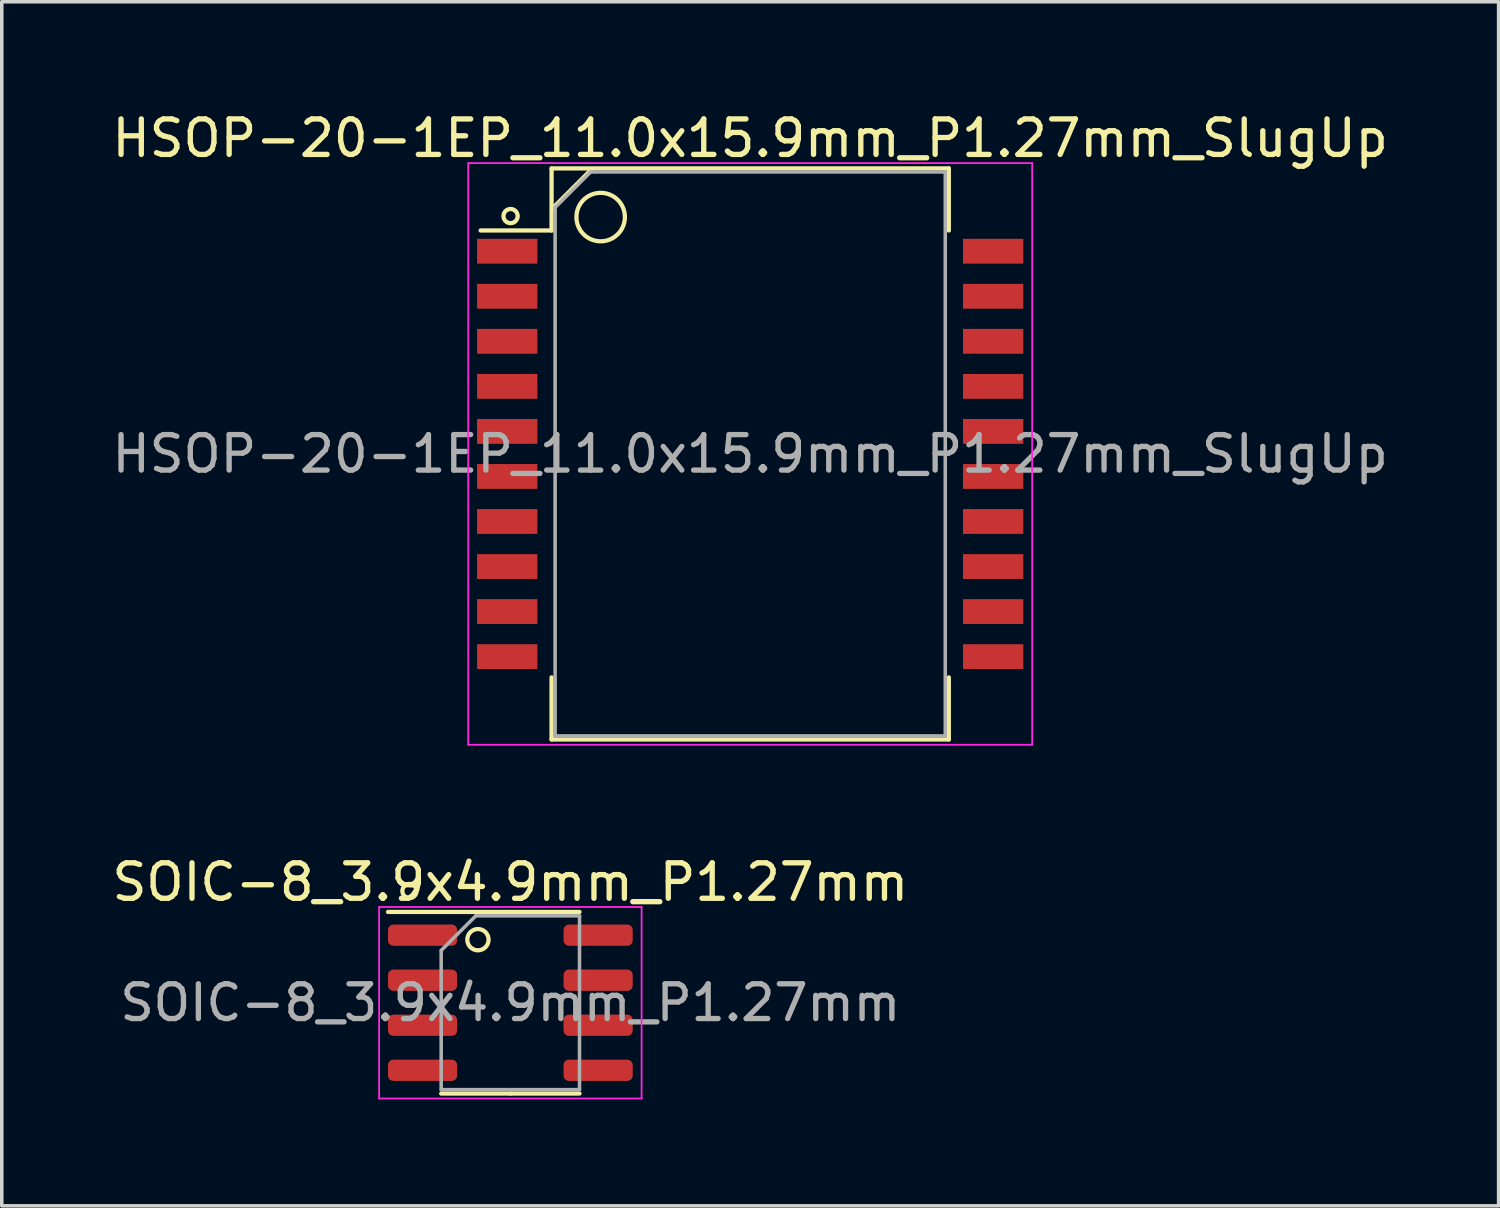
<source format=kicad_pcb>
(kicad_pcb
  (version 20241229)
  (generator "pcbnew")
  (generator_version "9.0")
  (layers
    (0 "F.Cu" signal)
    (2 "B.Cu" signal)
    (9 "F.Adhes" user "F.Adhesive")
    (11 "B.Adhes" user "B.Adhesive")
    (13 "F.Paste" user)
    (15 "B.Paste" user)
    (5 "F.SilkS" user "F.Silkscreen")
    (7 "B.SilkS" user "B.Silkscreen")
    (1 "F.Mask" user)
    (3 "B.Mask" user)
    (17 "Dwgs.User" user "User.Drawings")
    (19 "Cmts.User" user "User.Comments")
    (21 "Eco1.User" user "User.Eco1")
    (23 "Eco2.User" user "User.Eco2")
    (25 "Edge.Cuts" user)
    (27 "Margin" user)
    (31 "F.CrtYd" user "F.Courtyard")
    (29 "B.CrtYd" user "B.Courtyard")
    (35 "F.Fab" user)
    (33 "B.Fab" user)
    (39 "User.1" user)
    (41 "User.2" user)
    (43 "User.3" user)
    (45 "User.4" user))
  (footprint "HSOP-20-1EP_11.0x15.9mm_P1.27mm_SlugUp"
    (layer "F.Cu")
    (at 18.101 9.748)
    (property "Reference" "HSOP-20-1EP_11.0x15.9mm_P1.27mm_SlugUp" (at 0 -8.9 0) (layer "F.SilkS") (effects (font (size 1 1) (thickness 0.15))))
    (attr smd)
    (fp_line (start -5.6 -8.05) (end -5.6 -6.3) (stroke (width 0.12) (type solid)) (layer "F.SilkS"))
    (fp_line (start -5.6 -6.3) (end -7.6 -6.3) (stroke (width 0.12) (type solid)) (layer "F.SilkS"))
    (fp_line (start -5.6 8.05) (end -5.6 6.3) (stroke (width 0.12) (type solid)) (layer "F.SilkS"))
    (fp_line (start -5.588 -6.909) (end -4.47 -8.026) (stroke (width 0.12) (type solid)) (layer "F.SilkS"))
    (fp_line (start 5.6 -8.05) (end -5.6 -8.05) (stroke (width 0.12) (type solid)) (layer "F.SilkS"))
    (fp_line (start 5.6 -8.05) (end 5.6 -6.3) (stroke (width 0.12) (type solid)) (layer "F.SilkS"))
    (fp_line (start 5.6 8.05) (end -5.6 8.05) (stroke (width 0.12) (type solid)) (layer "F.SilkS"))
    (fp_line (start 5.6 8.05) (end 5.6 6.3) (stroke (width 0.12) (type solid)) (layer "F.SilkS"))
    (fp_circle (center -6.756 -6.706) (end -6.556 -6.706) (stroke (width 0.12) (type solid)) (fill no) (layer "F.SilkS"))
    (fp_circle (center -4.216 -6.678) (end -3.759 -6.17) (stroke (width 0.12) (type solid)) (fill no) (layer "F.SilkS"))
    (fp_line (start -7.95 -8.2) (end -7.95 8.2) (stroke (width 0.05) (type solid)) (layer "F.CrtYd"))
    (fp_line (start -7.95 -8.2) (end 7.95 -8.2) (stroke (width 0.05) (type solid)) (layer "F.CrtYd"))
    (fp_line (start 7.95 8.2) (end -7.95 8.2) (stroke (width 0.05) (type solid)) (layer "F.CrtYd"))
    (fp_line (start 7.95 8.2) (end 7.95 -8.2) (stroke (width 0.05) (type solid)) (layer "F.CrtYd"))
    (fp_line (start -5.5 -6.95) (end -5.5 7.95) (stroke (width 0.1) (type solid)) (layer "F.Fab"))
    (fp_line (start -5.5 7.95) (end 5.5 7.95) (stroke (width 0.1) (type solid)) (layer "F.Fab"))
    (fp_line (start -4.5 -7.95) (end -5.5 -6.95) (stroke (width 0.1) (type solid)) (layer "F.Fab"))
    (fp_line (start 5.5 -7.95) (end -4.5 -7.95) (stroke (width 0.1) (type solid)) (layer "F.Fab"))
    (fp_line (start 5.5 7.95) (end 5.5 -7.95) (stroke (width 0.1) (type solid)) (layer "F.Fab"))
    (fp_text user "${REFERENCE}" (at 0 0 0) (layer "F.Fab") (effects (font (size 1 1) (thickness 0.15))))
    (pad "1" smd rect (at -6.85 -5.715) (size 1.7 0.7) (layers "F.Cu" "F.Mask" "F.Paste"))
    (pad "2" smd rect (at -6.85 -4.445) (size 1.7 0.7) (layers "F.Cu" "F.Mask" "F.Paste"))
    (pad "3" smd rect (at -6.85 -3.175) (size 1.7 0.7) (layers "F.Cu" "F.Mask" "F.Paste"))
    (pad "4" smd rect (at -6.85 -1.905) (size 1.7 0.7) (layers "F.Cu" "F.Mask" "F.Paste"))
    (pad "5" smd rect (at -6.85 -0.635) (size 1.7 0.7) (layers "F.Cu" "F.Mask" "F.Paste"))
    (pad "6" smd rect (at -6.85 0.635) (size 1.7 0.7) (layers "F.Cu" "F.Mask" "F.Paste"))
    (pad "7" smd rect (at -6.85 1.905) (size 1.7 0.7) (layers "F.Cu" "F.Mask" "F.Paste"))
    (pad "8" smd rect (at -6.85 3.175) (size 1.7 0.7) (layers "F.Cu" "F.Mask" "F.Paste"))
    (pad "9" smd rect (at -6.85 4.445) (size 1.7 0.7) (layers "F.Cu" "F.Mask" "F.Paste"))
    (pad "10" smd rect (at -6.85 5.715) (size 1.7 0.7) (layers "F.Cu" "F.Mask" "F.Paste"))
    (pad "11" smd rect (at 6.85 5.715) (size 1.7 0.7) (layers "F.Cu" "F.Mask" "F.Paste"))
    (pad "12" smd rect (at 6.85 4.445) (size 1.7 0.7) (layers "F.Cu" "F.Mask" "F.Paste"))
    (pad "13" smd rect (at 6.85 3.175) (size 1.7 0.7) (layers "F.Cu" "F.Mask" "F.Paste"))
    (pad "14" smd rect (at 6.85 1.905) (size 1.7 0.7) (layers "F.Cu" "F.Mask" "F.Paste"))
    (pad "15" smd rect (at 6.85 0.635) (size 1.7 0.7) (layers "F.Cu" "F.Mask" "F.Paste"))
    (pad "16" smd rect (at 6.85 -0.635) (size 1.7 0.7) (layers "F.Cu" "F.Mask" "F.Paste"))
    (pad "17" smd rect (at 6.85 -1.905) (size 1.7 0.7) (layers "F.Cu" "F.Mask" "F.Paste"))
    (pad "18" smd rect (at 6.85 -3.175) (size 1.7 0.7) (layers "F.Cu" "F.Mask" "F.Paste"))
    (pad "19" smd rect (at 6.85 -4.445) (size 1.7 0.7) (layers "F.Cu" "F.Mask" "F.Paste"))
    (pad "20" smd rect (at 6.85 -5.715) (size 1.7 0.7) (layers "F.Cu" "F.Mask" "F.Paste")))
  (footprint "SOIC-8_3.9x4.9mm_P1.27mm"
    (layer "F.Cu")
    (at 11.339 25.221)
    (property "Reference" "SOIC-8_3.9x4.9mm_P1.27mm" (at 0 -3.4 0) (layer "F.SilkS") (effects (font (size 1 1) (thickness 0.15))))
    (attr smd)
    (fp_line (start 0 -2.56) (end -3.45 -2.56) (stroke (width 0.12) (type solid)) (layer "F.SilkS"))
    (fp_line (start 0 -2.56) (end 1.95 -2.56) (stroke (width 0.12) (type solid)) (layer "F.SilkS"))
    (fp_line (start 0 2.56) (end -1.95 2.56) (stroke (width 0.12) (type solid)) (layer "F.SilkS"))
    (fp_line (start 0 2.56) (end 1.95 2.56) (stroke (width 0.12) (type solid)) (layer "F.SilkS"))
    (fp_circle (center -2.845 -3.15) (end -2.645 -3.15) (stroke (width 0.12) (type solid)) (fill no) (layer "F.SilkS"))
    (fp_circle (center -0.914 -1.778) (end -0.614 -1.778) (stroke (width 0.12) (type solid)) (fill no) (layer "F.SilkS"))
    (fp_line (start -3.7 -2.7) (end -3.7 2.7) (stroke (width 0.05) (type solid)) (layer "F.CrtYd"))
    (fp_line (start -3.7 2.7) (end 3.7 2.7) (stroke (width 0.05) (type solid)) (layer "F.CrtYd"))
    (fp_line (start 3.7 -2.7) (end -3.7 -2.7) (stroke (width 0.05) (type solid)) (layer "F.CrtYd"))
    (fp_line (start 3.7 2.7) (end 3.7 -2.7) (stroke (width 0.05) (type solid)) (layer "F.CrtYd"))
    (fp_line (start -1.95 -1.475) (end -0.975 -2.45) (stroke (width 0.1) (type solid)) (layer "F.Fab"))
    (fp_line (start -1.95 2.45) (end -1.95 -1.475) (stroke (width 0.1) (type solid)) (layer "F.Fab"))
    (fp_line (start -0.975 -2.45) (end 1.95 -2.45) (stroke (width 0.1) (type solid)) (layer "F.Fab"))
    (fp_line (start 1.95 -2.45) (end 1.95 2.45) (stroke (width 0.1) (type solid)) (layer "F.Fab"))
    (fp_line (start 1.95 2.45) (end -1.95 2.45) (stroke (width 0.1) (type solid)) (layer "F.Fab"))
    (fp_text user "${REFERENCE}" (at 0 0 0) (layer "F.Fab") (effects (font (size 0.98 0.98) (thickness 0.15))))
    (pad "1" smd roundrect (at -2.475 -1.905) (size 1.95 0.6) (layers "F.Cu" "F.Mask" "F.Paste") (roundrect_rratio 0.25))
    (pad "2" smd roundrect (at -2.475 -0.635) (size 1.95 0.6) (layers "F.Cu" "F.Mask" "F.Paste") (roundrect_rratio 0.25))
    (pad "3" smd roundrect (at -2.475 0.635) (size 1.95 0.6) (layers "F.Cu" "F.Mask" "F.Paste") (roundrect_rratio 0.25))
    (pad "4" smd roundrect (at -2.475 1.905) (size 1.95 0.6) (layers "F.Cu" "F.Mask" "F.Paste") (roundrect_rratio 0.25))
    (pad "5" smd roundrect (at 2.475 1.905) (size 1.95 0.6) (layers "F.Cu" "F.Mask" "F.Paste") (roundrect_rratio 0.25))
    (pad "6" smd roundrect (at 2.475 0.635) (size 1.95 0.6) (layers "F.Cu" "F.Mask" "F.Paste") (roundrect_rratio 0.25))
    (pad "7" smd roundrect (at 2.475 -0.635) (size 1.95 0.6) (layers "F.Cu" "F.Mask" "F.Paste") (roundrect_rratio 0.25))
    (pad "8" smd roundrect (at 2.475 -1.905) (size 1.95 0.6) (layers "F.Cu" "F.Mask" "F.Paste") (roundrect_rratio 0.25)))
  (gr_rect
    (start -3 -3)
    (end 39.202 30.947)
    (stroke (width 0.1) (type default))
    (fill no)
    (layer "Edge.Cuts")))
</source>
